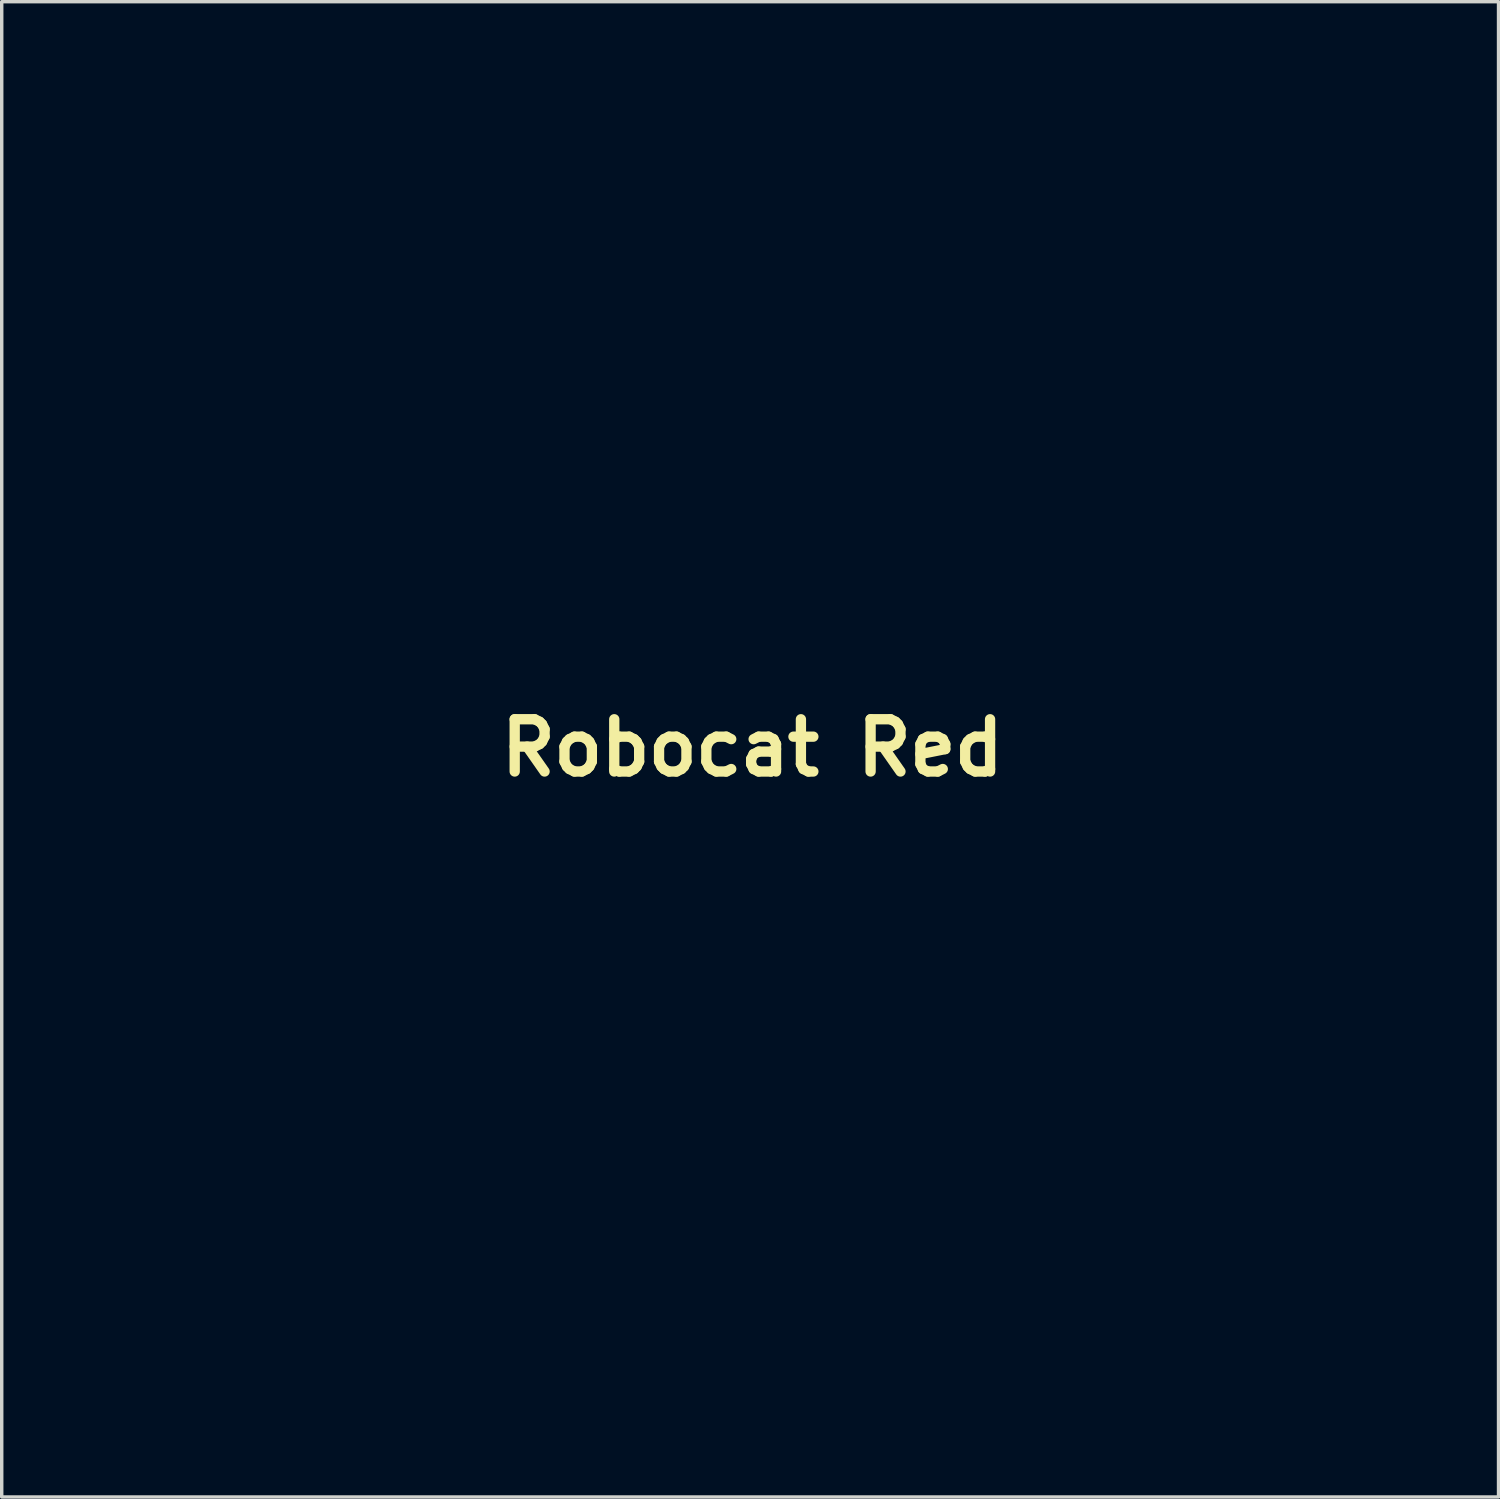
<source format=kicad_pcb>
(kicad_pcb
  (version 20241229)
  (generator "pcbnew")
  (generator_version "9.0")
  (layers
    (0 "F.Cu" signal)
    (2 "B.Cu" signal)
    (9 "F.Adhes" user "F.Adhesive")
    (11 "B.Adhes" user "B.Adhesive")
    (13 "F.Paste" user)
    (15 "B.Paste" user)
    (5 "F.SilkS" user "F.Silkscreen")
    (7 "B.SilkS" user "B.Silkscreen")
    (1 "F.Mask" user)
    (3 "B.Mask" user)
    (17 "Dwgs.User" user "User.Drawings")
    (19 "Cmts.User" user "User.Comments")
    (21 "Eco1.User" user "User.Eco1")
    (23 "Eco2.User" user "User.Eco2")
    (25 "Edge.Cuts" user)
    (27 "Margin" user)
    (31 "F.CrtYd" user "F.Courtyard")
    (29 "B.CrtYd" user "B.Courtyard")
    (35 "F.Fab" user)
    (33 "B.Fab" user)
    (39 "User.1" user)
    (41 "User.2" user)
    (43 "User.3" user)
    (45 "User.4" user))
  (footprint "Robocat Red"
    (layer "F.Cu")
    (at 18.889 18.757)
    (property "Reference" "Robocat Red" (at 0 0 0) (layer "F.SilkS") (effects (font (size 1.524 1.524) (thickness 0.3))))
    (attr board_only exclude_from_pos_files exclude_from_bom)
    (fp_poly (pts (xy 3.431 10.762) (xy 3.504 11.251) (xy 3.513 11.565) (xy 3.489 12.279) (xy 3.329 12.606) (xy 2.898 12.696) (xy 2.516 12.7) (xy 1.52 12.7) (xy 2.312 11.822) (xy 2.847 11.222) (xy 3.236 10.774) (xy 3.308 10.687)) (stroke (width 0) (type solid)) (fill yes) (layer "F.Mask"))
    (fp_poly (pts (xy 9.728 -11.019) (xy 10.087 -10.31) (xy 10.118 -9.36) (xy 10.114 -9.322) (xy 10.042 -8.609) (xy 9.936 -7.519) (xy 9.813 -6.215) (xy 9.714 -5.143) (xy 9.597 -3.917) (xy 9.493 -2.909) (xy 9.414 -2.229) (xy 9.371 -1.986) (xy 9.155 -2.128) (xy 8.599 -2.558) (xy 7.777 -3.219) (xy 6.764 -4.05) (xy 6.266 -4.463) (xy 5.197 -5.371) (xy 4.301 -6.165) (xy 3.65 -6.779) (xy 3.315 -7.148) (xy 3.286 -7.215) (xy 3.518 -7.444) (xy 4.109 -7.919) (xy 4.975 -8.576) (xy 6.032 -9.35) (xy 6.287 -9.533) (xy 9.223 -11.635)) (stroke (width 0) (type solid)) (fill yes) (layer "F.Mask"))
    (fp_poly (pts (xy -8.542 -11.061) (xy -7.738 -10.507) (xy -6.785 -9.835) (xy -5.786 -9.119) (xy -4.844 -8.433) (xy -4.062 -7.852) (xy -3.541 -7.449) (xy -3.384 -7.307) (xy -3.531 -7.064) (xy -4.028 -6.545) (xy -4.808 -5.816) (xy -5.801 -4.942) (xy -6.354 -4.472) (xy -7.602 -3.454) (xy -8.578 -2.717) (xy -9.242 -2.287) (xy -9.557 -2.193) (xy -9.574 -2.216) (xy -9.635 -2.601) (xy -9.728 -3.417) (xy -9.84 -4.557) (xy -9.962 -5.915) (xy -10.004 -6.422) (xy -10.126 -7.964) (xy -10.191 -9.066) (xy -10.198 -9.826) (xy -10.142 -10.34) (xy -10.022 -10.706) (xy -9.88 -10.955) (xy -9.432 -11.419) (xy -9.094 -11.424)) (stroke (width 0) (type solid)) (fill yes) (layer "F.Mask"))
    (fp_poly (pts (xy 1.567 -18.745) (xy 2.744 -18.698) (xy 3.681 -18.596) (xy 4.529 -18.422) (xy 5.436 -18.155) (xy 5.81 -18.032) (xy 8.606 -16.87) (xy 11.077 -15.34) (xy 13.36 -13.36) (xy 15.341 -11.076) (xy 16.87 -8.605) (xy 18.032 -5.81) (xy 18.337 -4.843) (xy 18.542 -3.991) (xy 18.668 -3.104) (xy 18.733 -2.031) (xy 18.755 -0.623) (xy 18.757 0) (xy 18.745 1.567) (xy 18.698 2.744) (xy 18.596 3.681) (xy 18.422 4.529) (xy 18.155 5.436) (xy 18.032 5.81) (xy 16.87 8.606) (xy 15.34 11.077) (xy 13.36 13.36) (xy 11.014 15.397) (xy 8.525 16.938) (xy 5.835 18.008) (xy 2.886 18.631) (xy 0.54 18.818) (xy -1.06 18.843) (xy -2.309 18.792) (xy -3.393 18.649) (xy -4.499 18.396) (xy -4.588 18.372) (xy -7.714 17.269) (xy -10.511 15.745) (xy -12.956 13.822) (xy -15.027 11.525) (xy -15.292 11.105) (xy -11.349 11.105) (xy -11.184 11.539) (xy -10.715 11.553) (xy -10.058 11.199) (xy -9.457 10.778) (xy -9.457 15.132) (xy -7.836 15.132) (xy -7.836 14.979) (xy -5.674 14.979) (xy -5.424 15.045) (xy -4.75 15.096) (xy -3.771 15.127) (xy -3.107 15.132) (xy -1.918 15.127) (xy -1.168 15.095) (xy -0.756 15.01) (xy -0.581 14.844) (xy -0.541 14.571) (xy -0.54 14.456) (xy -0.582 14.062) (xy -0.797 13.86) (xy -1.32 13.785) (xy -1.959 13.772) (xy -3.378 13.764) (xy -2.76 13.308) (xy 0.275 13.308) (xy 0.299 13.719) (xy 0.463 13.941) (xy 0.892 14.033) (xy 1.715 14.051) (xy 1.891 14.051) (xy 2.797 14.071) (xy 3.286 14.157) (xy 3.483 14.352) (xy 3.513 14.591) (xy 3.671 15.015) (xy 4.188 15.132) (xy 4.718 15.005) (xy 4.864 14.591) (xy 5.033 14.151) (xy 5.269 14.051) (xy 5.595 13.816) (xy 5.674 13.376) (xy 5.534 12.832) (xy 5.269 12.7) (xy 5.055 12.594) (xy 4.93 12.21) (xy 4.873 11.451) (xy 4.864 10.673) (xy 4.855 9.642) (xy 4.851 9.593) (xy 6.485 9.593) (xy 6.52 9.968) (xy 6.709 10.17) (xy 7.179 10.252) (xy 8.058 10.268) (xy 8.095 10.268) (xy 9.705 10.268) (xy 8.915 11.552) (xy 8.416 12.527) (xy 8.044 13.557) (xy 7.942 14.005) (xy 7.847 14.728) (xy 7.91 15.054) (xy 8.203 15.117) (xy 8.512 15.086) (xy 8.968 14.969) (xy 9.266 14.662) (xy 9.505 14.026) (xy 9.63 13.561) (xy 10.015 12.456) (xy 10.562 11.34) (xy 10.807 10.945) (xy 11.365 10.089) (xy 11.607 9.515) (xy 11.486 9.167) (xy 10.953 8.988) (xy 9.96 8.924) (xy 9.052 8.917) (xy 7.863 8.922) (xy 7.113 8.954) (xy 6.701 9.039) (xy 6.526 9.205) (xy 6.486 9.478) (xy 6.485 9.593) (xy 4.851 9.593) (xy 4.803 9.038) (xy 4.673 8.746) (xy 4.426 8.654) (xy 4.21 8.647) (xy 3.694 8.86) (xy 3 9.421) (xy 2.225 10.215) (xy 1.468 11.124) (xy 0.826 12.034) (xy 0.398 12.828) (xy 0.275 13.308) (xy -2.76 13.308) (xy -2.567 13.165) (xy -1.411 12.193) (xy -0.75 11.328) (xy -0.562 10.521) (xy -0.826 9.723) (xy -0.939 9.549) (xy -1.545 9.067) (xy -2.417 8.811) (xy -3.391 8.775) (xy -4.306 8.951) (xy -4.999 9.332) (xy -5.274 9.742) (xy -5.305 10.393) (xy -4.99 10.752) (xy -4.464 10.776) (xy -3.859 10.421) (xy -3.695 10.25) (xy -3.15 9.831) (xy -2.662 9.946) (xy -2.316 10.372) (xy -2.227 10.675) (xy -2.374 11.035) (xy -2.82 11.55) (xy -3.556 12.247) (xy -4.636 13.318) (xy -5.352 14.211) (xy -5.664 14.873) (xy -5.674 14.979) (xy -7.836 14.979) (xy -7.836 11.889) (xy -7.839 10.523) (xy -7.86 9.608) (xy -7.917 9.052) (xy -8.028 8.767) (xy -8.211 8.662) (xy -8.483 8.647) (xy -9.044 8.8) (xy -9.287 9.057) (xy -9.609 9.45) (xy -10.212 9.915) (xy -10.397 10.03) (xy -11.045 10.537) (xy -11.343 11.038) (xy -11.349 11.105) (xy -15.292 11.105) (xy -16.702 8.875) (xy -17.957 5.894) (xy -18.408 4.338) (xy -18.693 3.055) (xy -18.8 2.252) (xy -12.846 2.252) (xy -12.802 2.359) (xy -12.501 2.515) (xy -11.814 2.899) (xy -10.818 3.464) (xy -9.593 4.166) (xy -8.377 4.868) (xy -4.188 7.293) (xy 4.093 7.296) (xy 8.329 4.84) (xy 9.689 4.049) (xy 10.881 3.351) (xy 11.828 2.79) (xy 12.455 2.413) (xy 12.683 2.267) (xy 12.649 1.977) (xy 12.426 1.374) (xy 12.261 1.007) (xy 12.08 0.597) (xy 11.95 0.186) (xy 11.866 -0.31) (xy 11.826 -0.974) (xy 11.826 -1.89) (xy 11.862 -3.14) (xy 11.93 -4.808) (xy 11.971 -5.739) (xy 12.223 -11.343) (xy 11.471 -13.112) (xy 10.719 -14.881) (xy 9.886 -14.096) (xy 9.26 -13.656) (xy 8.237 -13.102) (xy 6.928 -12.494) (xy 5.81 -12.029) (xy 4.472 -11.491) (xy 3.219 -10.97) (xy 2.189 -10.525) (xy 1.522 -10.216) (xy 1.515 -10.212) (xy 0.637 -9.885) (xy -0.139 -9.794) (xy -0.241 -9.807) (xy -0.718 -9.951) (xy -1.594 -10.269) (xy -2.771 -10.723) (xy -4.15 -11.276) (xy -5.269 -11.737) (xy -7.23 -12.583) (xy -8.689 -13.28) (xy -9.662 -13.834) (xy -10.155 -14.243) (xy -10.718 -14.947) (xy -11.544 -13.181) (xy -12.37 -11.415) (xy -12.1 -5.754) (xy -12.012 -3.867) (xy -11.955 -2.436) (xy -11.932 -1.38) (xy -11.947 -0.616) (xy -12.005 -0.061) (xy -12.11 0.367) (xy -12.266 0.75) (xy -12.435 1.09) (xy -12.738 1.784) (xy -12.846 2.252) (xy -18.8 2.252) (xy -18.847 1.898) (xy -18.889 0.642) (xy -18.847 -0.796) (xy -18.467 -3.999) (xy -17.63 -6.927) (xy -16.32 -9.617) (xy -14.519 -12.107) (xy -13.36 -13.36) (xy -11.076 -15.341) (xy -8.605 -16.87) (xy -5.81 -18.032) (xy -4.843 -18.337) (xy -3.991 -18.542) (xy -3.104 -18.668) (xy -2.031 -18.733) (xy -0.623 -18.755) (xy 0 -18.757)) (stroke (width 0) (type solid)) (fill yes) (layer "F.Mask")))
  (gr_rect
    (start -3 -3)
    (end 40.646 40.6)
    (stroke (width 0.1) (type default))
    (fill no)
    (layer "Edge.Cuts")))
</source>
